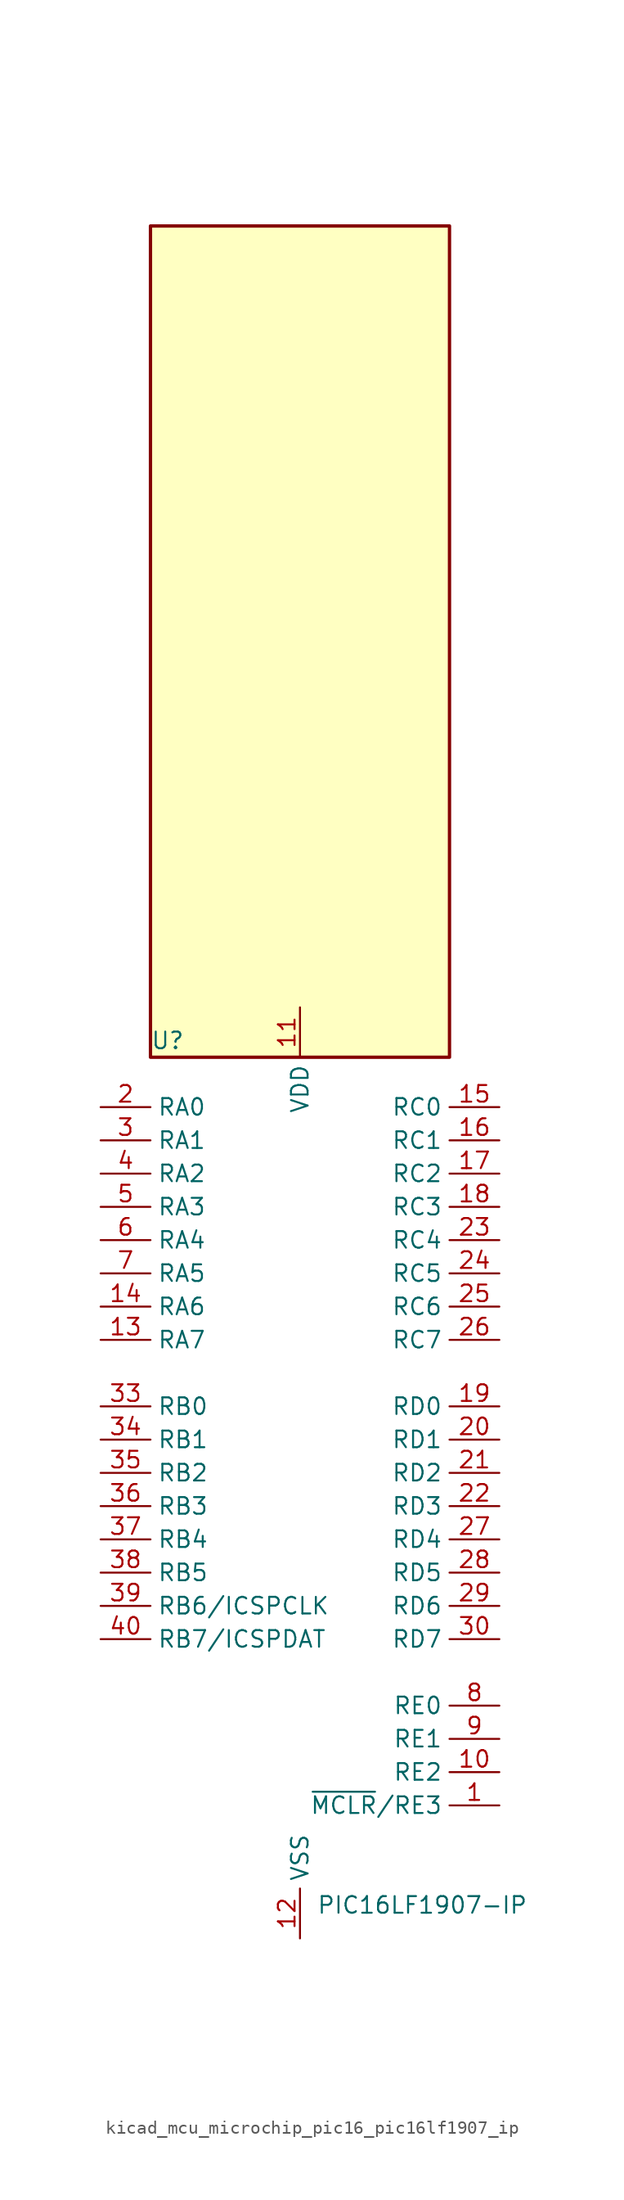
<source format=kicad_sym>
(kicad_symbol_lib
  (version 20220914)
  (generator kicad_symbol_editor)
  (symbol "kicad_mcu_microchip_pic16_pic16lf1907_ip"
    (property "Reference" "U"
      (at -11.43 33.02 0)
      (effects (font (size 1.27 1.27)) (justify left)))
    (property "Value" "PIC16LF1907-IP"
      (at 1.27 -33.02 0)
      (effects (font (size 1.27 1.27)) (justify left)))
    (symbol "kicad_mcu_microchip_pic16_pic16lf1907_ip_0_1"
      (rectangle (start 11.43 95.25) (end -11.43 31.75) (stroke (width 0.254) (type default)) (fill (type background))))
    (symbol "kicad_mcu_microchip_pic16_pic16lf1907_ip_1_1"
      (pin bidirectional line (at 15.24 -25.4 180) (length 3.81) (name "~{MCLR}/RE3" (effects (font (size 1.27 1.27)))) (number "1" (effects (font (size 1.27 1.27)))) (alternate "VPP" bidirectional line))
      (pin bidirectional line (at 15.24 -22.86 180) (length 3.81) (name "RE2" (effects (font (size 1.27 1.27)))) (number "10" (effects (font (size 1.27 1.27)))) (alternate "AN7" bidirectional line) (alternate "SEG23" bidirectional line))
      (pin power_in line (at 0 35.56 270) (length 3.81) (name "VDD" (effects (font (size 1.27 1.27)))) (number "11" (effects (font (size 1.27 1.27)))))
      (pin power_in line (at 0 -35.56 90) (length 3.81) (name "VSS" (effects (font (size 1.27 1.27)))) (number "12" (effects (font (size 1.27 1.27)))))
      (pin bidirectional line (at -15.24 10.16 0) (length 3.81) (name "RA7" (effects (font (size 1.27 1.27)))) (number "13" (effects (font (size 1.27 1.27)))) (alternate "CLKIN" bidirectional line) (alternate "SEG2" bidirectional line))
      (pin bidirectional line (at -15.24 12.7 0) (length 3.81) (name "RA6" (effects (font (size 1.27 1.27)))) (number "14" (effects (font (size 1.27 1.27)))) (alternate "CLKOUT" bidirectional line) (alternate "SEG1" bidirectional line))
      (pin bidirectional line (at 15.24 27.94 180) (length 3.81) (name "RC0" (effects (font (size 1.27 1.27)))) (number "15" (effects (font (size 1.27 1.27)))) (alternate "T1CKI" bidirectional line) (alternate "T1OSO" bidirectional line))
      (pin bidirectional line (at 15.24 25.4 180) (length 3.81) (name "RC1" (effects (font (size 1.27 1.27)))) (number "16" (effects (font (size 1.27 1.27)))) (alternate "T1OSI" bidirectional line))
      (pin bidirectional line (at 15.24 22.86 180) (length 3.81) (name "RC2" (effects (font (size 1.27 1.27)))) (number "17" (effects (font (size 1.27 1.27)))) (alternate "SEG3" bidirectional line))
      (pin bidirectional line (at 15.24 20.32 180) (length 3.81) (name "RC3" (effects (font (size 1.27 1.27)))) (number "18" (effects (font (size 1.27 1.27)))) (alternate "SEG6" bidirectional line))
      (pin bidirectional line (at 15.24 5.08 180) (length 3.81) (name "RD0" (effects (font (size 1.27 1.27)))) (number "19" (effects (font (size 1.27 1.27)))) (alternate "COM3" bidirectional line))
      (pin bidirectional line (at -15.24 27.94 0) (length 3.81) (name "RA0" (effects (font (size 1.27 1.27)))) (number "2" (effects (font (size 1.27 1.27)))) (alternate "AN0" bidirectional line) (alternate "SEG12" bidirectional line))
      (pin bidirectional line (at 15.24 2.54 180) (length 3.81) (name "RD1" (effects (font (size 1.27 1.27)))) (number "20" (effects (font (size 1.27 1.27)))) (alternate "SEG27" bidirectional line))
      (pin bidirectional line (at 15.24 0 180) (length 3.81) (name "RD2" (effects (font (size 1.27 1.27)))) (number "21" (effects (font (size 1.27 1.27)))) (alternate "SEG28" bidirectional line))
      (pin bidirectional line (at 15.24 -2.54 180) (length 3.81) (name "RD3" (effects (font (size 1.27 1.27)))) (number "22" (effects (font (size 1.27 1.27)))) (alternate "SEG16" bidirectional line))
      (pin bidirectional line (at 15.24 17.78 180) (length 3.81) (name "RC4" (effects (font (size 1.27 1.27)))) (number "23" (effects (font (size 1.27 1.27)))) (alternate "SEG11" bidirectional line) (alternate "T1G" bidirectional line))
      (pin bidirectional line (at 15.24 15.24 180) (length 3.81) (name "RC5" (effects (font (size 1.27 1.27)))) (number "24" (effects (font (size 1.27 1.27)))) (alternate "SEG10" bidirectional line))
      (pin bidirectional line (at 15.24 12.7 180) (length 3.81) (name "RC6" (effects (font (size 1.27 1.27)))) (number "25" (effects (font (size 1.27 1.27)))) (alternate "CK" bidirectional line) (alternate "SEG9" bidirectional line) (alternate "TX" bidirectional line))
      (pin bidirectional line (at 15.24 10.16 180) (length 3.81) (name "RC7" (effects (font (size 1.27 1.27)))) (number "26" (effects (font (size 1.27 1.27)))) (alternate "DT" bidirectional line) (alternate "RX" bidirectional line) (alternate "SEG8" bidirectional line))
      (pin bidirectional line (at 15.24 -5.08 180) (length 3.81) (name "RD4" (effects (font (size 1.27 1.27)))) (number "27" (effects (font (size 1.27 1.27)))) (alternate "SEG17" bidirectional line))
      (pin bidirectional line (at 15.24 -7.62 180) (length 3.81) (name "RD5" (effects (font (size 1.27 1.27)))) (number "28" (effects (font (size 1.27 1.27)))) (alternate "SEG18" bidirectional line))
      (pin bidirectional line (at 15.24 -10.16 180) (length 3.81) (name "RD6" (effects (font (size 1.27 1.27)))) (number "29" (effects (font (size 1.27 1.27)))) (alternate "SEG19" bidirectional line))
      (pin bidirectional line (at -15.24 25.4 0) (length 3.81) (name "RA1" (effects (font (size 1.27 1.27)))) (number "3" (effects (font (size 1.27 1.27)))) (alternate "AN1" bidirectional line) (alternate "SEG7" bidirectional line))
      (pin bidirectional line (at 15.24 -12.7 180) (length 3.81) (name "RD7" (effects (font (size 1.27 1.27)))) (number "30" (effects (font (size 1.27 1.27)))) (alternate "SEG20" bidirectional line))
      (pin passive line (at 0 -35.56 90) (length 3.81) hide (name "VSS" (effects (font (size 1.27 1.27)))) (number "31" (effects (font (size 1.27 1.27)))))
      (pin passive line (at 0 35.56 270) (length 3.81) hide (name "VDD" (effects (font (size 1.27 1.27)))) (number "32" (effects (font (size 1.27 1.27)))))
      (pin bidirectional line (at -15.24 5.08 0) (length 3.81) (name "RB0" (effects (font (size 1.27 1.27)))) (number "33" (effects (font (size 1.27 1.27)))) (alternate "AN12" bidirectional line) (alternate "INT" bidirectional line) (alternate "SEG0" bidirectional line))
      (pin bidirectional line (at -15.24 2.54 0) (length 3.81) (name "RB1" (effects (font (size 1.27 1.27)))) (number "34" (effects (font (size 1.27 1.27)))) (alternate "AN10" bidirectional line) (alternate "SEG24" bidirectional line) (alternate "VLCD1" bidirectional line))
      (pin bidirectional line (at -15.24 0 0) (length 3.81) (name "RB2" (effects (font (size 1.27 1.27)))) (number "35" (effects (font (size 1.27 1.27)))) (alternate "AN8" bidirectional line) (alternate "SEG25" bidirectional line) (alternate "VLCD2" bidirectional line))
      (pin bidirectional line (at -15.24 -2.54 0) (length 3.81) (name "RB3" (effects (font (size 1.27 1.27)))) (number "36" (effects (font (size 1.27 1.27)))) (alternate "AN9" bidirectional line) (alternate "SEG26" bidirectional line) (alternate "VLCD3" bidirectional line))
      (pin bidirectional line (at -15.24 -5.08 0) (length 3.81) (name "RB4" (effects (font (size 1.27 1.27)))) (number "37" (effects (font (size 1.27 1.27)))) (alternate "AN11" bidirectional line) (alternate "COM0" bidirectional line))
      (pin bidirectional line (at -15.24 -7.62 0) (length 3.81) (name "RB5" (effects (font (size 1.27 1.27)))) (number "38" (effects (font (size 1.27 1.27)))) (alternate "AN13" bidirectional line) (alternate "COM1" bidirectional line))
      (pin bidirectional line (at -15.24 -10.16 0) (length 3.81) (name "RB6/ICSPCLK" (effects (font (size 1.27 1.27)))) (number "39" (effects (font (size 1.27 1.27)))) (alternate "ICDCLK" bidirectional line) (alternate "SEG14" bidirectional line))
      (pin bidirectional line (at -15.24 22.86 0) (length 3.81) (name "RA2" (effects (font (size 1.27 1.27)))) (number "4" (effects (font (size 1.27 1.27)))) (alternate "AN2" bidirectional line) (alternate "COM2" bidirectional line))
      (pin bidirectional line (at -15.24 -12.7 0) (length 3.81) (name "RB7/ICSPDAT" (effects (font (size 1.27 1.27)))) (number "40" (effects (font (size 1.27 1.27)))) (alternate "ICDDAT" bidirectional line) (alternate "SEG13" bidirectional line))
      (pin bidirectional line (at -15.24 20.32 0) (length 3.81) (name "RA3" (effects (font (size 1.27 1.27)))) (number "5" (effects (font (size 1.27 1.27)))) (alternate "AN3" bidirectional line) (alternate "SEG15" bidirectional line) (alternate "VREF+" bidirectional line))
      (pin bidirectional line (at -15.24 17.78 0) (length 3.81) (name "RA4" (effects (font (size 1.27 1.27)))) (number "6" (effects (font (size 1.27 1.27)))) (alternate "SEG4" bidirectional line) (alternate "T0CKI" bidirectional line))
      (pin bidirectional line (at -15.24 15.24 0) (length 3.81) (name "RA5" (effects (font (size 1.27 1.27)))) (number "7" (effects (font (size 1.27 1.27)))) (alternate "AN4" bidirectional line) (alternate "SEG5" bidirectional line))
      (pin bidirectional line (at 15.24 -17.78 180) (length 3.81) (name "RE0" (effects (font (size 1.27 1.27)))) (number "8" (effects (font (size 1.27 1.27)))) (alternate "AN5" bidirectional line) (alternate "SEG21" bidirectional line))
      (pin bidirectional line (at 15.24 -20.32 180) (length 3.81) (name "RE1" (effects (font (size 1.27 1.27)))) (number "9" (effects (font (size 1.27 1.27)))) (alternate "AN6" bidirectional line) (alternate "SEG22" bidirectional line)))))
</source>
